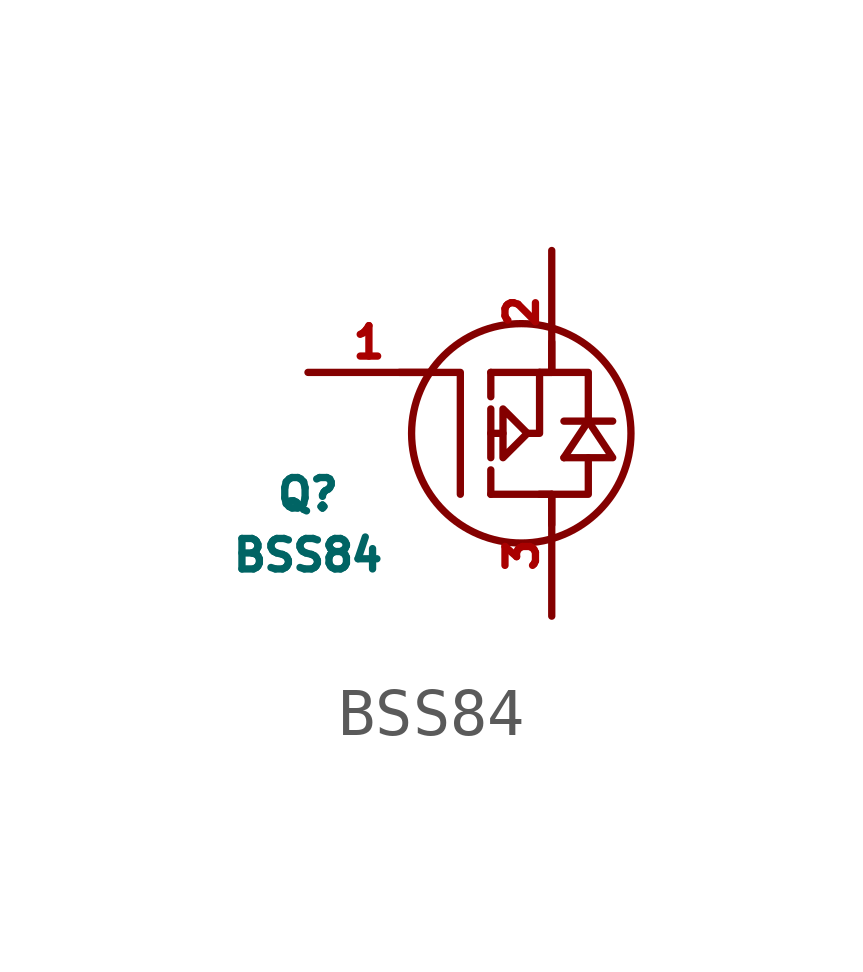
<source format=kicad_sym>
(kicad_symbol_lib
  (version 20211014)
  (generator kicad_symbol_editor)
  (symbol "BSS84"
    (pin_names
      (offset 0) hide)
    (property "Reference" "Q"
      (at -3.81 -1.27 0)
      (effects (font (size 0.635 0.635))))
    (property "Value" "BSS84"
      (at -3.81 -2.54 0)
      (effects (font (size 0.635 0.635))))
    (symbol "BSS84_0_1"
      (polyline (pts (xy 0 -0.762) (xy 0 -1.27)) (stroke (width 0) (type default) (color 0 0 0 0)) (fill (type none)))
      (polyline (pts (xy 0 0.508) (xy 0 -0.508)) (stroke (width 0) (type default) (color 0 0 0 0)) (fill (type none)))
      (polyline (pts (xy 0 0.762) (xy 0 1.27)) (stroke (width 0) (type default) (color 0 0 0 0)) (fill (type none)))
      (polyline (pts (xy 0.254 0) (xy 0 0)) (stroke (width 0) (type default) (color 0 0 0 0)) (fill (type none)))
      (polyline (pts (xy 1.524 -0.508) (xy 2.032 0.254)) (stroke (width 0) (type default) (color 0 0 0 0)) (fill (type none)))
      (polyline (pts (xy 1.524 0.254) (xy 2.54 0.254)) (stroke (width 0) (type default) (color 0 0 0 0)) (fill (type none)))
      (polyline (pts (xy -1.905 1.27) (xy -0.635 1.27) (xy -0.635 -1.27)) (stroke (width 0) (type default) (color 0 0 0 0)) (fill (type none)))
      (polyline (pts (xy 0 -1.27) (xy 1.27 -1.27) (xy 1.27 -1.905)) (stroke (width 0) (type default) (color 0 0 0 0)) (fill (type none)))
      (polyline (pts (xy 0 1.27) (xy 1.27 1.27) (xy 1.27 1.905)) (stroke (width 0) (type default) (color 0 0 0 0)) (fill (type none)))
      (polyline (pts (xy 0.762 0) (xy 1.016 0) (xy 1.016 1.27)) (stroke (width 0) (type default) (color 0 0 0 0)) (fill (type none)))
      (polyline (pts (xy 1.016 -1.27) (xy 2.032 -1.27) (xy 2.032 -0.508)) (stroke (width 0) (type default) (color 0 0 0 0)) (fill (type none)))
      (polyline (pts (xy 2.032 0.254) (xy 2.032 1.27) (xy 1.016 1.27)) (stroke (width 0) (type default) (color 0 0 0 0)) (fill (type none)))
      (polyline (pts (xy 0.254 0.508) (xy 0.254 -0.508) (xy 0.762 0) (xy 0.254 0.508)) (stroke (width 0) (type default) (color 0 0 0 0)) (fill (type none)))
      (polyline (pts (xy 1.524 -0.508) (xy 2.286 -0.508) (xy 2.54 -0.508) (xy 2.032 0.254)) (stroke (width 0) (type default) (color 0 0 0 0)) (fill (type none)))
      (circle (center 0.635 0) (radius 2.286) (stroke (width 0) (type default) (color 0 0 0 0)) (fill (type none))))
    (symbol "BSS84_1_1"
      (pin input line (at -3.81 1.27 0) (length 2.54) (name "G" (effects (font (size 0.635 0.635)))) (number "1" (effects (font (size 0.635 0.635)))))
      (pin input line (at 1.27 3.81 270) (length 2.54) (name "S" (effects (font (size 0.635 0.635)))) (number "2" (effects (font (size 0.635 0.635)))))
      (pin input line (at 1.27 -3.81 90) (length 2.54) (name "D" (effects (font (size 0.635 0.635)))) (number "3" (effects (font (size 0.635 0.635))))))))
</source>
